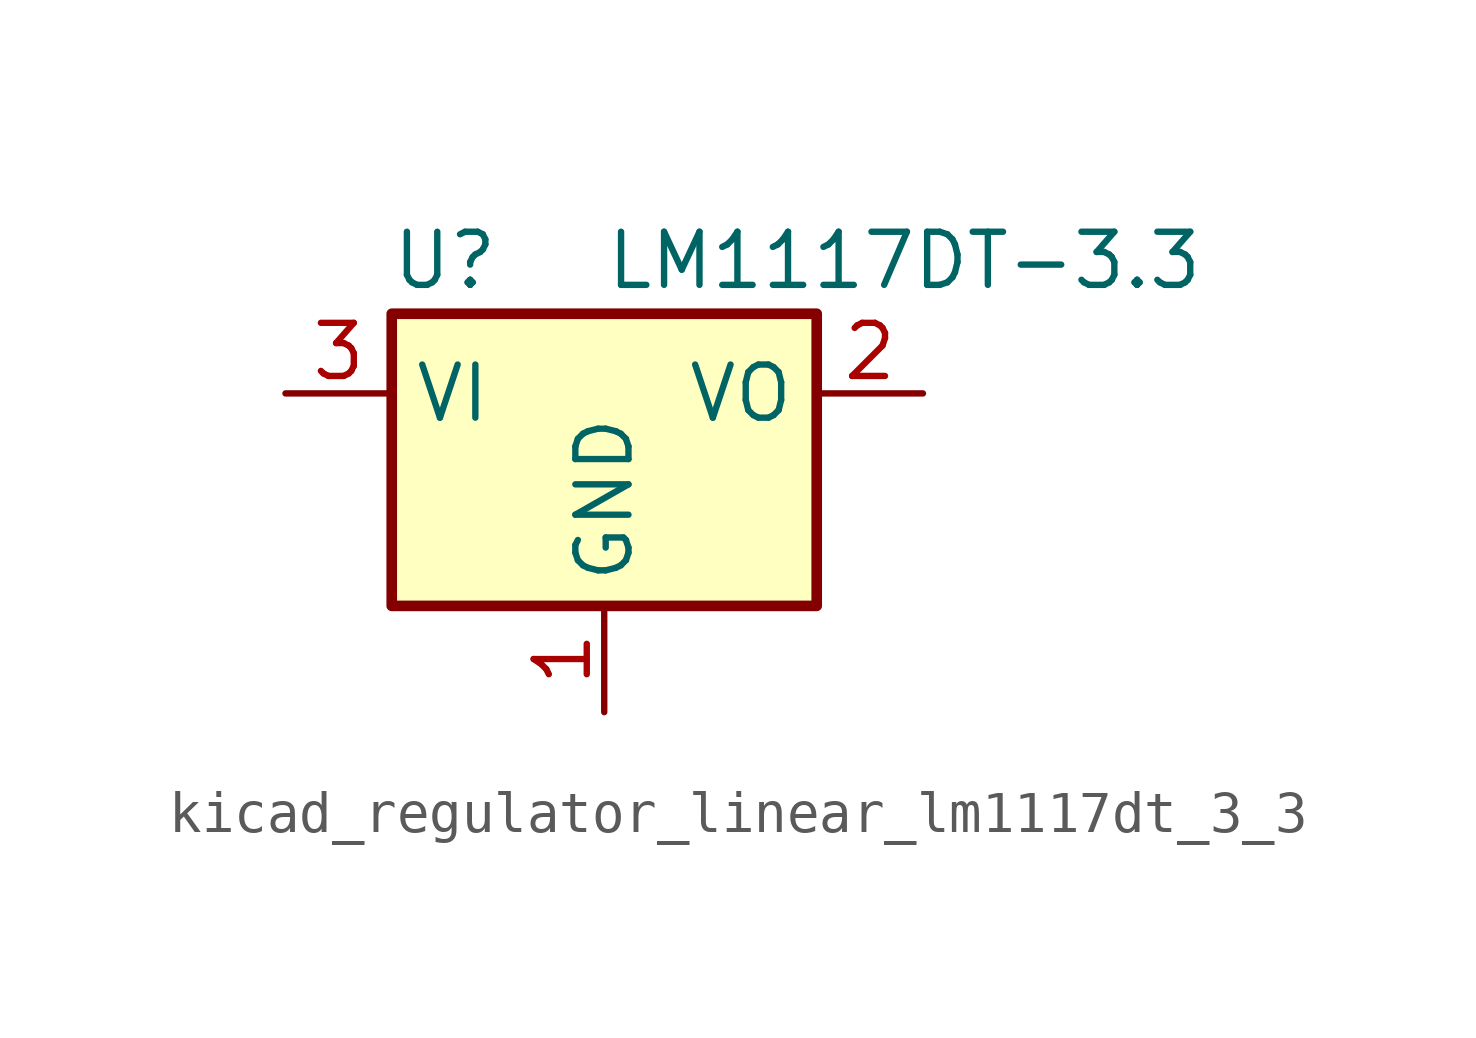
<source format=kicad_sym>
(kicad_symbol_lib
  (version 20220914)
  (generator kicad_symbol_editor)
  (symbol "kicad_regulator_linear_lm1117dt_3_3"
    (property "Reference" "U"
      (at -3.81 3.175 0)
      (effects (font (size 1.27 1.27))))
    (property "Value" "LM1117DT-3.3"
      (at 0 3.175 0)
      (effects (font (size 1.27 1.27)) (justify left)))
    (symbol "kicad_regulator_linear_lm1117dt_3_3_0_1"
      (rectangle (start -5.08 -5.08) (end 5.08 1.905) (stroke (width 0.254) (type default)) (fill (type background))))
    (symbol "kicad_regulator_linear_lm1117dt_3_3_1_1"
      (pin power_in line (at 0 -7.62 90) (length 2.54) (name "GND" (effects (font (size 1.27 1.27)))) (number "1" (effects (font (size 1.27 1.27)))))
      (pin power_out line (at 7.62 0 180) (length 2.54) (name "VO" (effects (font (size 1.27 1.27)))) (number "2" (effects (font (size 1.27 1.27)))))
      (pin power_in line (at -7.62 0 0) (length 2.54) (name "VI" (effects (font (size 1.27 1.27)))) (number "3" (effects (font (size 1.27 1.27))))))))
</source>
